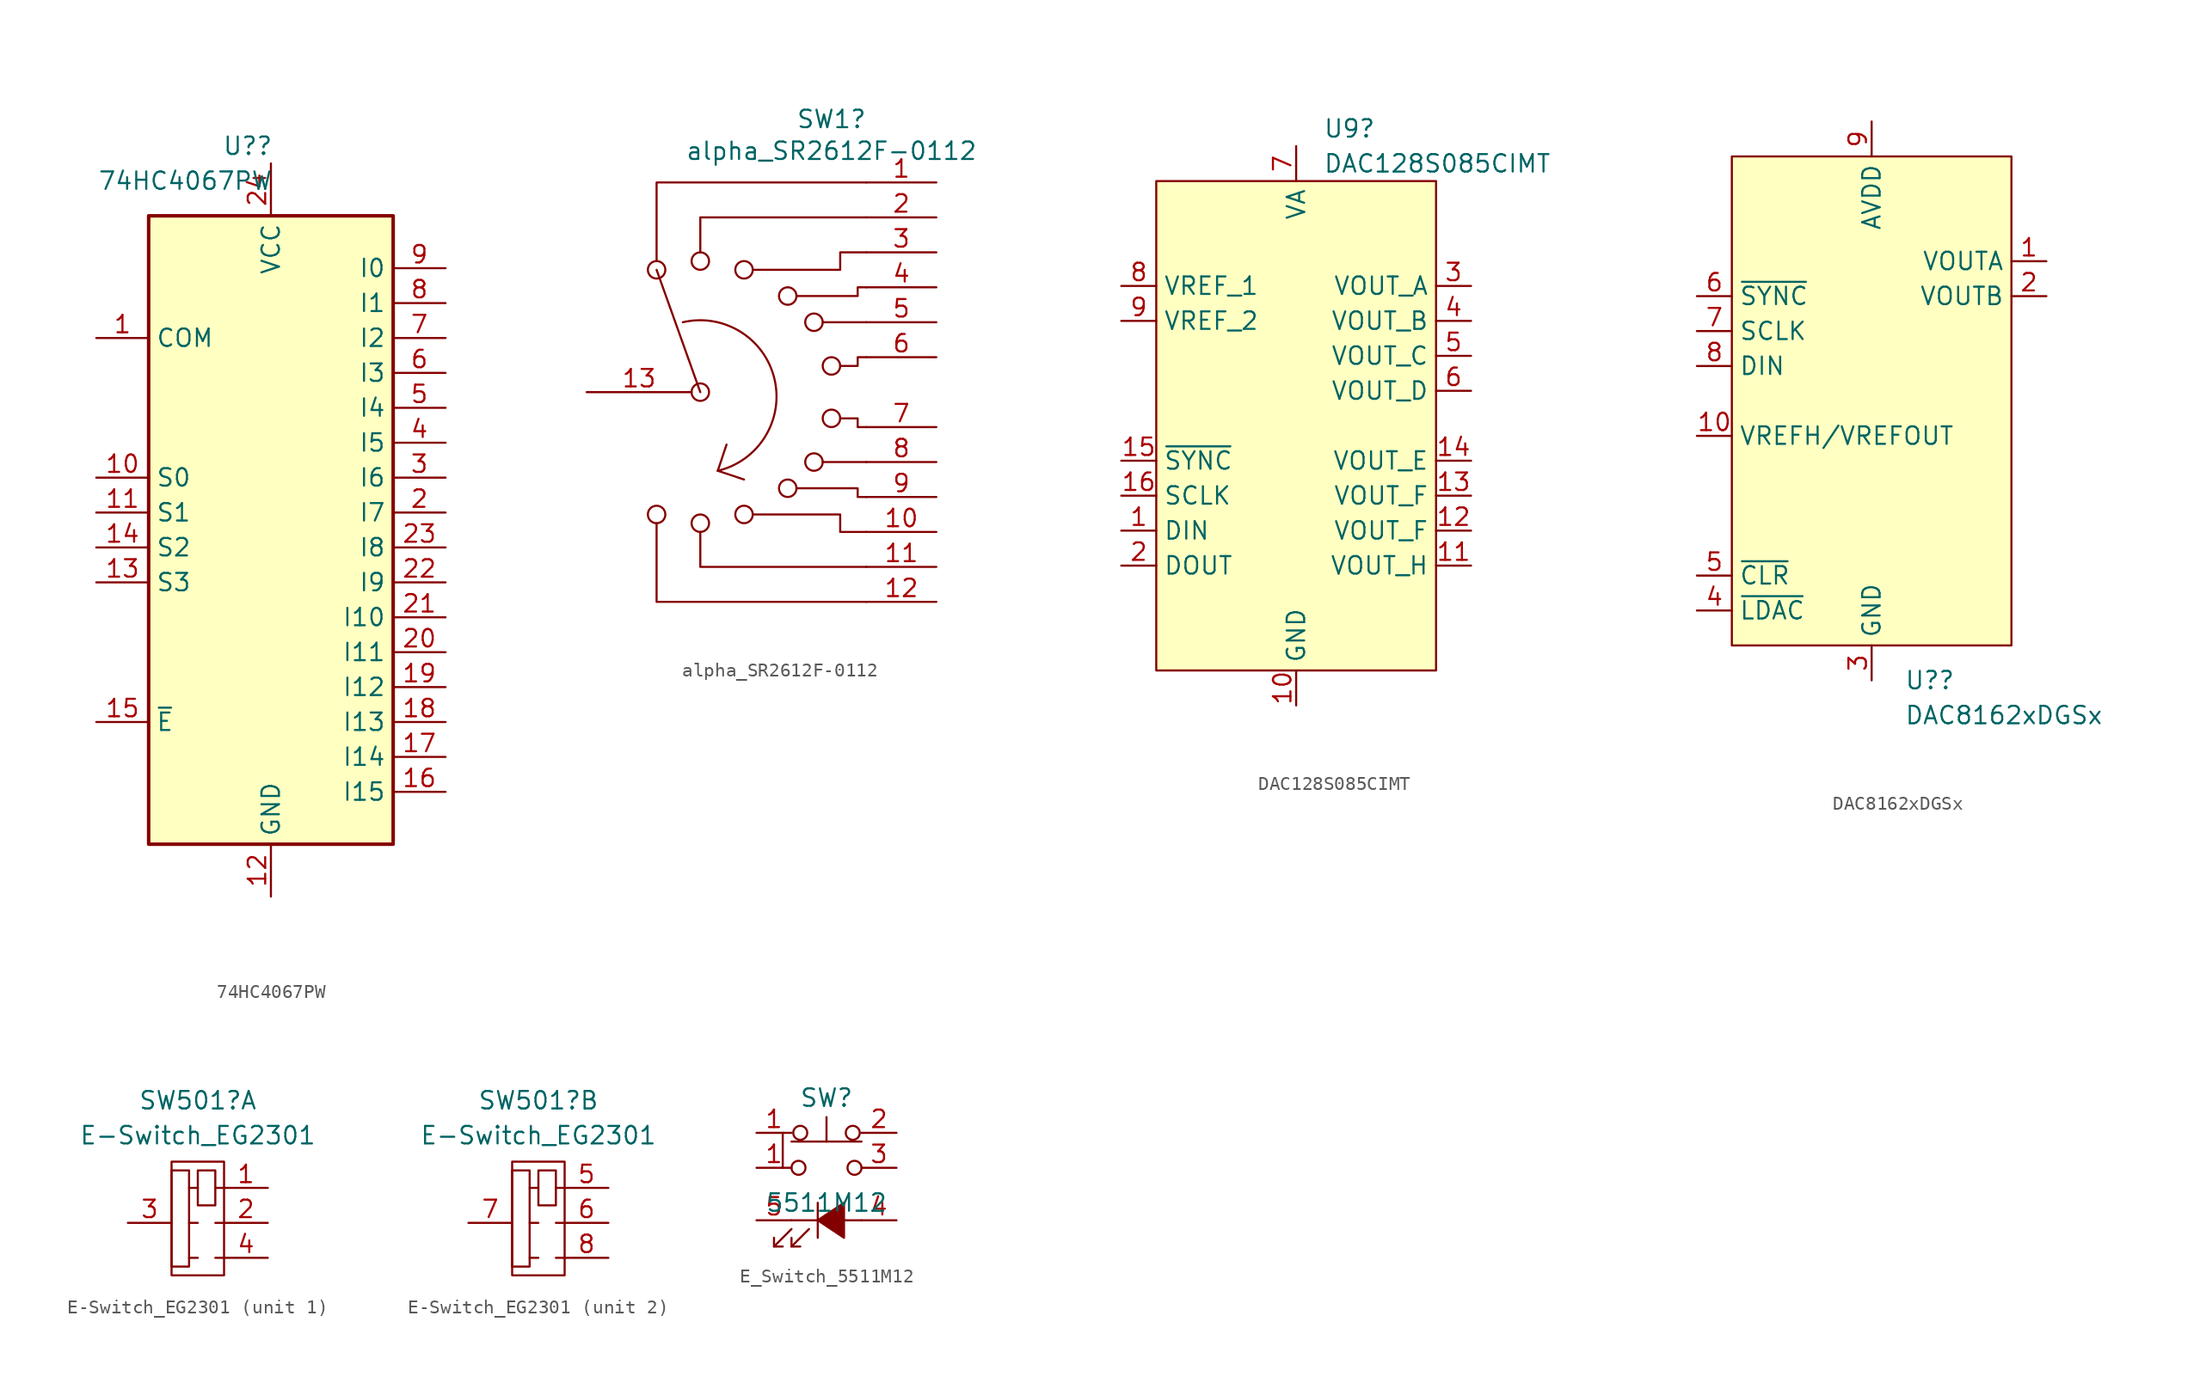
<source format=kicad_sym>
(kicad_symbol_lib
  (version 20220914)
  (generator kicad_symbol_editor)
  (symbol "74HC4067PW"
    (property "Reference" "U?"
      (at 0.167 26.67 0)
      (effects (font (size 1.27 1.27)) (justify right)))
    (property "Value" "74HC4067PW"
      (at 0.167 24.13 0)
      (effects (font (size 1.27 1.27)) (justify right)))
    (symbol "74HC4067PW_0_1"
      (rectangle (start -8.89 21.59) (end 8.89 -24.13) (stroke (width 0.254) (type default)) (fill (type background))))
    (symbol "74HC4067PW_1_1"
      (pin passive line (at -12.7 12.7 0) (length 3.81) (name "COM" (effects (font (size 1.27 1.27)))) (number "1" (effects (font (size 1.27 1.27)))))
      (pin input line (at -12.7 2.54 0) (length 3.81) (name "S0" (effects (font (size 1.27 1.27)))) (number "10" (effects (font (size 1.27 1.27)))))
      (pin input line (at -12.7 0 0) (length 3.81) (name "S1" (effects (font (size 1.27 1.27)))) (number "11" (effects (font (size 1.27 1.27)))))
      (pin power_in line (at 0 -27.94 90) (length 3.81) (name "GND" (effects (font (size 1.27 1.27)))) (number "12" (effects (font (size 1.27 1.27)))))
      (pin input line (at -12.7 -5.08 0) (length 3.81) (name "S3" (effects (font (size 1.27 1.27)))) (number "13" (effects (font (size 1.27 1.27)))))
      (pin input line (at -12.7 -2.54 0) (length 3.81) (name "S2" (effects (font (size 1.27 1.27)))) (number "14" (effects (font (size 1.27 1.27)))))
      (pin input line (at -12.7 -15.24 0) (length 3.81) (name "~{E}" (effects (font (size 1.27 1.27)))) (number "15" (effects (font (size 1.27 1.27)))))
      (pin passive line (at 12.7 -20.32 180) (length 3.81) (name "I15" (effects (font (size 1.27 1.27)))) (number "16" (effects (font (size 1.27 1.27)))))
      (pin passive line (at 12.7 -17.78 180) (length 3.81) (name "I14" (effects (font (size 1.27 1.27)))) (number "17" (effects (font (size 1.27 1.27)))))
      (pin passive line (at 12.7 -15.24 180) (length 3.81) (name "I13" (effects (font (size 1.27 1.27)))) (number "18" (effects (font (size 1.27 1.27)))))
      (pin passive line (at 12.7 -12.7 180) (length 3.81) (name "I12" (effects (font (size 1.27 1.27)))) (number "19" (effects (font (size 1.27 1.27)))))
      (pin passive line (at 12.7 0 180) (length 3.81) (name "I7" (effects (font (size 1.27 1.27)))) (number "2" (effects (font (size 1.27 1.27)))))
      (pin passive line (at 12.7 -10.16 180) (length 3.81) (name "I11" (effects (font (size 1.27 1.27)))) (number "20" (effects (font (size 1.27 1.27)))))
      (pin passive line (at 12.7 -7.62 180) (length 3.81) (name "I10" (effects (font (size 1.27 1.27)))) (number "21" (effects (font (size 1.27 1.27)))))
      (pin passive line (at 12.7 -5.08 180) (length 3.81) (name "I9" (effects (font (size 1.27 1.27)))) (number "22" (effects (font (size 1.27 1.27)))))
      (pin passive line (at 12.7 -2.54 180) (length 3.81) (name "I8" (effects (font (size 1.27 1.27)))) (number "23" (effects (font (size 1.27 1.27)))))
      (pin power_in line (at 0 25.4 270) (length 3.81) (name "VCC" (effects (font (size 1.27 1.27)))) (number "24" (effects (font (size 1.27 1.27)))))
      (pin passive line (at 12.7 2.54 180) (length 3.81) (name "I6" (effects (font (size 1.27 1.27)))) (number "3" (effects (font (size 1.27 1.27)))))
      (pin passive line (at 12.7 5.08 180) (length 3.81) (name "I5" (effects (font (size 1.27 1.27)))) (number "4" (effects (font (size 1.27 1.27)))))
      (pin passive line (at 12.7 7.62 180) (length 3.81) (name "I4" (effects (font (size 1.27 1.27)))) (number "5" (effects (font (size 1.27 1.27)))))
      (pin passive line (at 12.7 10.16 180) (length 3.81) (name "I3" (effects (font (size 1.27 1.27)))) (number "6" (effects (font (size 1.27 1.27)))))
      (pin passive line (at 12.7 12.7 180) (length 3.81) (name "I2" (effects (font (size 1.27 1.27)))) (number "7" (effects (font (size 1.27 1.27)))))
      (pin passive line (at 12.7 15.24 180) (length 3.81) (name "I1" (effects (font (size 1.27 1.27)))) (number "8" (effects (font (size 1.27 1.27)))))
      (pin passive line (at 12.7 17.78 180) (length 3.81) (name "I0" (effects (font (size 1.27 1.27)))) (number "9" (effects (font (size 1.27 1.27)))))))
  (symbol "alpha_SR2612F-0112"
    (pin_names
      (offset 1.016) hide)
    (property "Reference" "SW1"
      (at 2.54 19.837 0)
      (effects (font (size 1.27 1.27))))
    (property "Value" "alpha_SR2612F-0112"
      (at 2.54 17.526 0)
      (effects (font (size 1.27 1.27))))
    (symbol "alpha_SR2612F-0112_0_0"
      (circle (center -10.16 -8.89) (radius 0.635) (stroke (width 0) (type default)) (fill (type none)))
      (circle (center -10.16 8.89) (radius 0.635) (stroke (width 0) (type default)) (fill (type none)))
      (circle (center -6.985 -9.525) (radius 0.635) (stroke (width 0) (type default)) (fill (type none)))
      (circle (center -6.985 0) (radius 0.635) (stroke (width 0) (type default)) (fill (type none)))
      (circle (center -6.985 9.525) (radius 0.635) (stroke (width 0) (type default)) (fill (type none)))
      (arc (start -5.715 -5.715) (mid -1.5995 0.937) (end -8.255 5.08) (stroke (width 0) (type default)) (fill (type none)))
      (circle (center -3.81 -8.89) (radius 0.635) (stroke (width 0) (type default)) (fill (type none)))
      (circle (center -3.81 8.89) (radius 0.635) (stroke (width 0) (type default)) (fill (type none)))
      (circle (center -0.635 -6.985) (radius 0.635) (stroke (width 0) (type default)) (fill (type none)))
      (circle (center -0.635 6.985) (radius 0.635) (stroke (width 0) (type default)) (fill (type none)))
      (polyline (pts (xy -6.985 0) (xy -10.16 8.89)) (stroke (width 0) (type default)) (fill (type none)))
      (polyline (pts (xy -5.715 -5.715) (xy -5.08 -3.81)) (stroke (width 0) (type default)) (fill (type none)))
      (polyline (pts (xy -5.715 -5.715) (xy -3.81 -6.35)) (stroke (width 0) (type default)) (fill (type none)))
      (polyline (pts (xy 1.905 -5.08) (xy 5.08 -5.08)) (stroke (width 0) (type default)) (fill (type none)))
      (polyline (pts (xy 1.905 5.08) (xy 5.08 5.08)) (stroke (width 0) (type default)) (fill (type none)))
      (polyline (pts (xy -10.16 -9.525) (xy -10.16 -15.24) (xy 5.08 -15.24)) (stroke (width 0) (type default)) (fill (type none)))
      (polyline (pts (xy -10.16 9.525) (xy -10.16 15.24) (xy 5.08 15.24)) (stroke (width 0) (type default)) (fill (type none)))
      (polyline (pts (xy -6.985 -10.16) (xy -6.985 -12.7) (xy 5.08 -12.7)) (stroke (width 0) (type default)) (fill (type none)))
      (polyline (pts (xy -6.985 10.16) (xy -6.985 12.7) (xy 5.08 12.7)) (stroke (width 0) (type default)) (fill (type none)))
      (polyline (pts (xy -3.175 -8.89) (xy 3.175 -8.89) (xy 3.175 -10.16) (xy 5.08 -10.16)) (stroke (width 0) (type default)) (fill (type none)))
      (polyline (pts (xy -3.175 8.89) (xy 3.175 8.89) (xy 3.175 10.16) (xy 5.08 10.16)) (stroke (width 0) (type default)) (fill (type none)))
      (polyline (pts (xy 0 -6.985) (xy 4.445 -6.985) (xy 4.445 -7.62) (xy 5.08 -7.62)) (stroke (width 0) (type default)) (fill (type none)))
      (polyline (pts (xy 0 6.985) (xy 4.445 6.985) (xy 4.445 7.62) (xy 5.08 7.62)) (stroke (width 0) (type default)) (fill (type none)))
      (polyline (pts (xy 3.175 -1.905) (xy 4.445 -1.905) (xy 4.445 -2.54) (xy 5.08 -2.54)) (stroke (width 0) (type default)) (fill (type none)))
      (polyline (pts (xy 3.175 1.905) (xy 4.445 1.905) (xy 4.445 2.54) (xy 5.08 2.54)) (stroke (width 0) (type default)) (fill (type none)))
      (circle (center 1.27 -5.08) (radius 0.635) (stroke (width 0) (type default)) (fill (type none)))
      (circle (center 1.27 5.08) (radius 0.635) (stroke (width 0) (type default)) (fill (type none)))
      (circle (center 2.54 -1.905) (radius 0.635) (stroke (width 0) (type default)) (fill (type none)))
      (circle (center 2.54 1.905) (radius 0.635) (stroke (width 0) (type default)) (fill (type none))))
    (symbol "alpha_SR2612F-0112_0_1"
      (pin passive line (at 10.16 15.24 180) (length 5.08) (name "1" (effects (font (size 1.27 1.27)))) (number "1" (effects (font (size 1.27 1.27)))))
      (pin passive line (at 10.16 -10.16 180) (length 5.08) (name "10" (effects (font (size 1.27 1.27)))) (number "10" (effects (font (size 1.27 1.27)))))
      (pin passive line (at 10.16 -12.7 180) (length 5.08) (name "11" (effects (font (size 1.27 1.27)))) (number "11" (effects (font (size 1.27 1.27)))))
      (pin passive line (at 10.16 -15.24 180) (length 5.08) (name "12" (effects (font (size 1.27 1.27)))) (number "12" (effects (font (size 1.27 1.27)))))
      (pin passive line (at -15.24 0 0) (length 7.62) (name "13" (effects (font (size 1.27 1.27)))) (number "13" (effects (font (size 1.27 1.27)))))
      (pin passive line (at 10.16 12.7 180) (length 5.08) (name "2" (effects (font (size 1.27 1.27)))) (number "2" (effects (font (size 1.27 1.27)))))
      (pin passive line (at 10.16 10.16 180) (length 5.08) (name "3" (effects (font (size 1.27 1.27)))) (number "3" (effects (font (size 1.27 1.27)))))
      (pin passive line (at 10.16 7.62 180) (length 5.08) (name "4" (effects (font (size 1.27 1.27)))) (number "4" (effects (font (size 1.27 1.27)))))
      (pin passive line (at 10.16 5.08 180) (length 5.08) (name "5" (effects (font (size 1.27 1.27)))) (number "5" (effects (font (size 1.27 1.27)))))
      (pin passive line (at 10.16 2.54 180) (length 5.08) (name "6" (effects (font (size 1.27 1.27)))) (number "6" (effects (font (size 1.27 1.27)))))
      (pin passive line (at 10.16 -2.54 180) (length 5.08) (name "7" (effects (font (size 1.27 1.27)))) (number "7" (effects (font (size 1.27 1.27)))))
      (pin passive line (at 10.16 -5.08 180) (length 5.08) (name "8" (effects (font (size 1.27 1.27)))) (number "8" (effects (font (size 1.27 1.27)))))
      (pin passive line (at 10.16 -7.62 180) (length 5.08) (name "9" (effects (font (size 1.27 1.27)))) (number "9" (effects (font (size 1.27 1.27)))))))
  (symbol "DAC128S085CIMT"
    (property "Reference" "U9"
      (at 1.956 24.13 0)
      (effects (font (size 1.27 1.27)) (justify left)))
    (property "Value" "DAC128S085CIMT"
      (at 1.956 21.59 0)
      (effects (font (size 1.27 1.27)) (justify left)))
    (symbol "DAC128S085CIMT_0_1"
      (rectangle (start -10.16 20.32) (end 10.16 -15.24) (stroke (width 0.152) (type default)) (fill (type background))))
    (symbol "DAC128S085CIMT_1_0"
      (pin input line (at -12.7 -5.08 0) (length 2.54) (name "DIN" (effects (font (size 1.27 1.27)))) (number "1" (effects (font (size 1.27 1.27)))))
      (pin power_in line (at 0 -17.78 90) (length 2.54) (name "GND" (effects (font (size 1.27 1.27)))) (number "10" (effects (font (size 1.27 1.27)))))
      (pin output line (at 12.7 -7.62 180) (length 2.54) (name "VOUT_H" (effects (font (size 1.27 1.27)))) (number "11" (effects (font (size 1.27 1.27)))))
      (pin output line (at 12.7 -5.08 180) (length 2.54) (name "VOUT_F" (effects (font (size 1.27 1.27)))) (number "12" (effects (font (size 1.27 1.27)))))
      (pin output line (at 12.7 -2.54 180) (length 2.54) (name "VOUT_F" (effects (font (size 1.27 1.27)))) (number "13" (effects (font (size 1.27 1.27)))))
      (pin output line (at 12.7 0 180) (length 2.54) (name "VOUT_E" (effects (font (size 1.27 1.27)))) (number "14" (effects (font (size 1.27 1.27)))))
      (pin input line (at -12.7 0 0) (length 2.54) (name "~{SYNC}" (effects (font (size 1.27 1.27)))) (number "15" (effects (font (size 1.27 1.27)))))
      (pin input line (at -12.7 -2.54 0) (length 2.54) (name "SCLK" (effects (font (size 1.27 1.27)))) (number "16" (effects (font (size 1.27 1.27)))))
      (pin output line (at -12.7 -7.62 0) (length 2.54) (name "DOUT" (effects (font (size 1.27 1.27)))) (number "2" (effects (font (size 1.27 1.27)))))
      (pin output line (at 12.7 12.7 180) (length 2.54) (name "VOUT_A" (effects (font (size 1.27 1.27)))) (number "3" (effects (font (size 1.27 1.27)))))
      (pin output line (at 12.7 10.16 180) (length 2.54) (name "VOUT_B" (effects (font (size 1.27 1.27)))) (number "4" (effects (font (size 1.27 1.27)))))
      (pin output line (at 12.7 7.62 180) (length 2.54) (name "VOUT_C" (effects (font (size 1.27 1.27)))) (number "5" (effects (font (size 1.27 1.27)))))
      (pin output line (at 12.7 5.08 180) (length 2.54) (name "VOUT_D" (effects (font (size 1.27 1.27)))) (number "6" (effects (font (size 1.27 1.27)))))
      (pin power_in line (at 0 22.86 270) (length 2.54) (name "VA" (effects (font (size 1.27 1.27)))) (number "7" (effects (font (size 1.27 1.27)))))
      (pin input line (at -12.7 12.7 0) (length 2.54) (name "VREF_1" (effects (font (size 1.27 1.27)))) (number "8" (effects (font (size 1.27 1.27)))))
      (pin input line (at -12.7 10.16 0) (length 2.54) (name "VREF_2" (effects (font (size 1.27 1.27)))) (number "9" (effects (font (size 1.27 1.27)))))))
  (symbol "DAC8162xDGSx"
    (property "Reference" "U?"
      (at 2.373 -17.78 0)
      (effects (font (size 1.27 1.27)) (justify left)))
    (property "Value" "DAC8162xDGSx"
      (at 2.373 -20.32 0)
      (effects (font (size 1.27 1.27)) (justify left)))
    (symbol "DAC8162xDGSx_0_0"
      (pin output line (at 12.7 12.7 180) (length 2.54) (name "VOUTA" (effects (font (size 1.27 1.27)))) (number "1" (effects (font (size 1.27 1.27)))))
      (pin bidirectional line (at -12.7 0 0) (length 2.54) (name "VREFH/VREFOUT" (effects (font (size 1.27 1.27)))) (number "10" (effects (font (size 1.27 1.27)))))
      (pin output line (at 12.7 10.16 180) (length 2.54) (name "VOUTB" (effects (font (size 1.27 1.27)))) (number "2" (effects (font (size 1.27 1.27)))))
      (pin power_in line (at 0 -17.78 90) (length 2.54) (name "GND" (effects (font (size 1.27 1.27)))) (number "3" (effects (font (size 1.27 1.27)))))
      (pin input line (at -12.7 -12.7 0) (length 2.54) (name "~{LDAC}" (effects (font (size 1.27 1.27)))) (number "4" (effects (font (size 1.27 1.27)))))
      (pin input line (at -12.7 -10.16 0) (length 2.54) (name "~{CLR}" (effects (font (size 1.27 1.27)))) (number "5" (effects (font (size 1.27 1.27)))))
      (pin input line (at -12.7 10.16 0) (length 2.54) (name "~{SYNC}" (effects (font (size 1.27 1.27)))) (number "6" (effects (font (size 1.27 1.27)))))
      (pin input line (at -12.7 7.62 0) (length 2.54) (name "SCLK" (effects (font (size 1.27 1.27)))) (number "7" (effects (font (size 1.27 1.27)))))
      (pin input line (at -12.7 5.08 0) (length 2.54) (name "DIN" (effects (font (size 1.27 1.27)))) (number "8" (effects (font (size 1.27 1.27)))))
      (pin power_in line (at 0 22.86 270) (length 2.54) (name "AVDD" (effects (font (size 1.27 1.27)))) (number "9" (effects (font (size 1.27 1.27))))))
    (symbol "DAC8162xDGSx_0_1"
      (rectangle (start -10.16 20.32) (end 10.16 -15.24) (stroke (width 0.152) (type default)) (fill (type background)))))
  (symbol "E-Switch_EG2301"
    (pin_names
      (offset 1.016) hide)
    (property "Reference" "SW501"
      (at 0 8.89 0)
      (effects (font (size 1.27 1.27))))
    (property "Value" "E-Switch_EG2301"
      (at 0 6.35 0)
      (effects (font (size 1.27 1.27))))
    (property "ki_locked" ""
      (at 0 0 0)
      (effects (font (size 1.27 1.27))))
    (symbol "E-Switch_EG2301_0_1"
      (rectangle (start -1.905 3.81) (end -0.635 -3.175) (stroke (width 0) (type default)) (fill (type none)))
      (rectangle (start -1.905 4.445) (end 1.905 -3.81) (stroke (width 0) (type default)) (fill (type none)))
      (polyline (pts (xy -0.635 -2.54) (xy 0 -2.54)) (stroke (width 0) (type default)) (fill (type none)))
      (polyline (pts (xy -0.635 0) (xy 0 0)) (stroke (width 0) (type default)) (fill (type none)))
      (polyline (pts (xy -0.635 2.54) (xy 0 2.54)) (stroke (width 0) (type default)) (fill (type none)))
      (polyline (pts (xy 1.27 -2.54) (xy 1.905 -2.54)) (stroke (width 0) (type default)) (fill (type none)))
      (polyline (pts (xy 1.27 0) (xy 1.905 0)) (stroke (width 0) (type default)) (fill (type none)))
      (polyline (pts (xy 1.27 2.54) (xy 1.905 2.54) (xy 1.27 2.54)) (stroke (width 0) (type default)) (fill (type none)))
      (rectangle (start 0 3.81) (end 1.27 1.27) (stroke (width 0) (type default)) (fill (type none))))
    (symbol "E-Switch_EG2301_1_1"
      (pin passive line (at 5.08 2.54 180) (length 3.175) (name "1" (effects (font (size 1.27 1.27)))) (number "1" (effects (font (size 1.27 1.27)))))
      (pin passive line (at 5.08 0 180) (length 3.175) (name "2" (effects (font (size 1.27 1.27)))) (number "2" (effects (font (size 1.27 1.27)))))
      (pin passive line (at -5.08 0 0) (length 3.175) (name "3" (effects (font (size 1.27 1.27)))) (number "3" (effects (font (size 1.27 1.27)))))
      (pin passive line (at 5.08 -2.54 180) (length 3.175) (name "4" (effects (font (size 1.27 1.27)))) (number "4" (effects (font (size 1.27 1.27))))))
    (symbol "E-Switch_EG2301_2_1"
      (pin passive line (at 5.08 2.54 180) (length 3.175) (name "5" (effects (font (size 1.27 1.27)))) (number "5" (effects (font (size 1.27 1.27)))))
      (pin passive line (at 5.08 0 180) (length 3.175) (name "6" (effects (font (size 1.27 1.27)))) (number "6" (effects (font (size 1.27 1.27)))))
      (pin passive line (at -5.08 0 0) (length 3.175) (name "7" (effects (font (size 1.27 1.27)))) (number "7" (effects (font (size 1.27 1.27)))))
      (pin passive line (at 5.08 -2.54 180) (length 3.175) (name "8" (effects (font (size 1.27 1.27)))) (number "8" (effects (font (size 1.27 1.27)))))))
  (symbol "E_Switch_5511M12"
    (property "Reference" "SW"
      (at 0 6.35 0)
      (effects (font (size 1.27 1.27))))
    (property "Value" "5511M12"
      (at 0 -1.27 0)
      (effects (font (size 1.27 1.27))))
    (symbol "E_Switch_5511M12_0_0"
      (polyline (pts (xy -3.81 -4.445) (xy -2.54 -3.175)) (stroke (width 0) (type default)) (fill (type none)))
      (polyline (pts (xy -2.54 -4.445) (xy -1.27 -3.175)) (stroke (width 0) (type default)) (fill (type none)))
      (polyline (pts (xy -2.54 -2.54) (xy 2.54 -2.54)) (stroke (width 0) (type default)) (fill (type none)))
      (polyline (pts (xy -0.635 -1.27) (xy -0.635 -3.81)) (stroke (width 0) (type default)) (fill (type none)))
      (polyline (pts (xy -3.81 -3.81) (xy -3.81 -4.445) (xy -3.175 -4.445)) (stroke (width 0) (type default)) (fill (type none)))
      (polyline (pts (xy -2.54 -3.81) (xy -2.54 -4.445) (xy -1.905 -4.445)) (stroke (width 0) (type default)) (fill (type none)))
      (polyline (pts (xy -0.635 -2.54) (xy 1.27 -1.27) (xy 1.27 -3.81) (xy -0.635 -2.54)) (stroke (width 0) (type default)) (fill (type outline))))
    (symbol "E_Switch_5511M12_0_1"
      (circle (center -2.032 1.27) (radius 0.508) (stroke (width 0) (type default)) (fill (type none)))
      (circle (center -1.905 3.81) (radius 0.508) (stroke (width 0) (type default)) (fill (type none)))
      (polyline (pts (xy -3.175 3.81) (xy -3.175 1.27)) (stroke (width 0) (type default)) (fill (type none)))
      (polyline (pts (xy 0 3.175) (xy 0 4.953)) (stroke (width 0) (type default)) (fill (type none)))
      (polyline (pts (xy 2.54 3.175) (xy -2.54 3.175)) (stroke (width 0) (type default)) (fill (type none)))
      (circle (center 1.905 3.81) (radius 0.508) (stroke (width 0) (type default)) (fill (type none)))
      (circle (center 2.032 1.27) (radius 0.508) (stroke (width 0) (type default)) (fill (type none)))
      (pin passive line (at -5.08 1.27 0) (length 2.54) (name "" (effects (font (size 1.27 1.27)))) (number "1" (effects (font (size 1.27 1.27)))))
      (pin passive line (at -5.08 3.81 0) (length 2.54) (name "" (effects (font (size 1.27 1.27)))) (number "1" (effects (font (size 1.27 1.27)))))
      (pin passive line (at 5.08 3.81 180) (length 2.54) (name "" (effects (font (size 1.27 1.27)))) (number "2" (effects (font (size 1.27 1.27)))))
      (pin passive line (at 5.08 1.27 180) (length 2.54) (name "" (effects (font (size 1.27 1.27)))) (number "3" (effects (font (size 1.27 1.27)))))
      (pin passive line (at 5.08 -2.54 180) (length 2.54) (name "" (effects (font (size 1.27 1.27)))) (number "4" (effects (font (size 1.27 1.27)))))
      (pin passive line (at -5.08 -2.54 0) (length 2.54) (name "" (effects (font (size 1.27 1.27)))) (number "5" (effects (font (size 1.27 1.27))))))))
</source>
